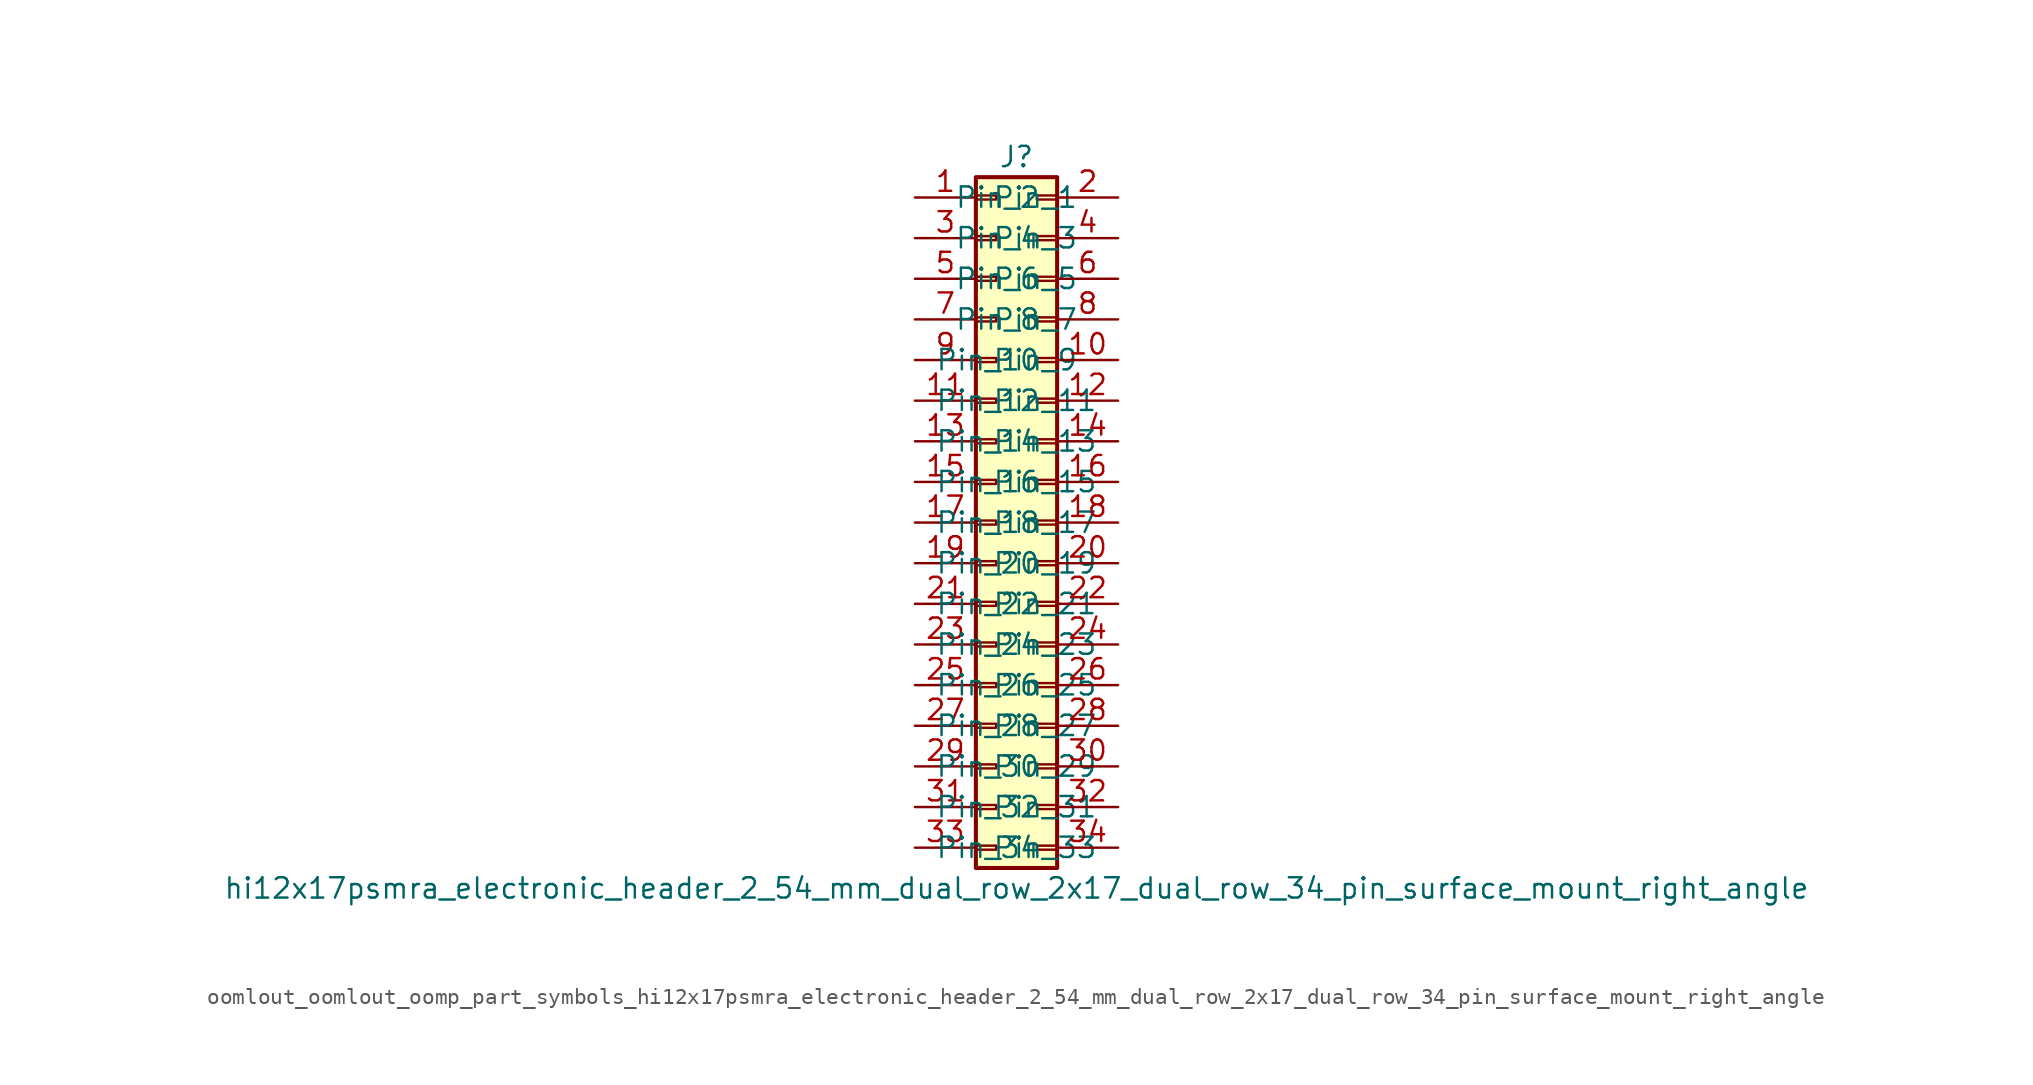
<source format=kicad_sym>
(kicad_symbol_lib
  (version 20220914)
  (generator kicad_symbol_editor)
  (symbol "oomlout_oomlout_oomp_part_symbols_hi12x17psmra_electronic_header_2_54_mm_dual_row_2x17_dual_row_34_pin_surface_mount_right_angle"
    (pin_names
      (offset 1.016))
    (property "Reference" "J"
      (at 1.27 22.86 0)
      (effects (font (size 1.27 1.27))))
    (property "Value" "hi12x17psmra_electronic_header_2_54_mm_dual_row_2x17_dual_row_34_pin_surface_mount_right_angle"
      (at 1.27 -22.86 0)
      (effects (font (size 1.27 1.27))))
    (symbol "oomlout_oomlout_oomp_part_symbols_hi12x17psmra_electronic_header_2_54_mm_dual_row_2x17_dual_row_34_pin_surface_mount_right_angle_1_1"
      (rectangle (start -1.27 -20.193) (end 0 -20.447) (stroke (width 0.152) (type default)) (fill (type none)))
      (rectangle (start -1.27 -17.653) (end 0 -17.907) (stroke (width 0.152) (type default)) (fill (type none)))
      (rectangle (start -1.27 -15.113) (end 0 -15.367) (stroke (width 0.152) (type default)) (fill (type none)))
      (rectangle (start -1.27 -12.573) (end 0 -12.827) (stroke (width 0.152) (type default)) (fill (type none)))
      (rectangle (start -1.27 -10.033) (end 0 -10.287) (stroke (width 0.152) (type default)) (fill (type none)))
      (rectangle (start -1.27 -7.493) (end 0 -7.747) (stroke (width 0.152) (type default)) (fill (type none)))
      (rectangle (start -1.27 -4.953) (end 0 -5.207) (stroke (width 0.152) (type default)) (fill (type none)))
      (rectangle (start -1.27 -2.413) (end 0 -2.667) (stroke (width 0.152) (type default)) (fill (type none)))
      (rectangle (start -1.27 0.127) (end 0 -0.127) (stroke (width 0.152) (type default)) (fill (type none)))
      (rectangle (start -1.27 2.667) (end 0 2.413) (stroke (width 0.152) (type default)) (fill (type none)))
      (rectangle (start -1.27 5.207) (end 0 4.953) (stroke (width 0.152) (type default)) (fill (type none)))
      (rectangle (start -1.27 7.747) (end 0 7.493) (stroke (width 0.152) (type default)) (fill (type none)))
      (rectangle (start -1.27 10.287) (end 0 10.033) (stroke (width 0.152) (type default)) (fill (type none)))
      (rectangle (start -1.27 12.827) (end 0 12.573) (stroke (width 0.152) (type default)) (fill (type none)))
      (rectangle (start -1.27 15.367) (end 0 15.113) (stroke (width 0.152) (type default)) (fill (type none)))
      (rectangle (start -1.27 17.907) (end 0 17.653) (stroke (width 0.152) (type default)) (fill (type none)))
      (rectangle (start -1.27 20.447) (end 0 20.193) (stroke (width 0.152) (type default)) (fill (type none)))
      (rectangle (start -1.27 21.59) (end 3.81 -21.59) (stroke (width 0.254) (type default)) (fill (type background)))
      (rectangle (start 3.81 -20.193) (end 2.54 -20.447) (stroke (width 0.152) (type default)) (fill (type none)))
      (rectangle (start 3.81 -17.653) (end 2.54 -17.907) (stroke (width 0.152) (type default)) (fill (type none)))
      (rectangle (start 3.81 -15.113) (end 2.54 -15.367) (stroke (width 0.152) (type default)) (fill (type none)))
      (rectangle (start 3.81 -12.573) (end 2.54 -12.827) (stroke (width 0.152) (type default)) (fill (type none)))
      (rectangle (start 3.81 -10.033) (end 2.54 -10.287) (stroke (width 0.152) (type default)) (fill (type none)))
      (rectangle (start 3.81 -7.493) (end 2.54 -7.747) (stroke (width 0.152) (type default)) (fill (type none)))
      (rectangle (start 3.81 -4.953) (end 2.54 -5.207) (stroke (width 0.152) (type default)) (fill (type none)))
      (rectangle (start 3.81 -2.413) (end 2.54 -2.667) (stroke (width 0.152) (type default)) (fill (type none)))
      (rectangle (start 3.81 0.127) (end 2.54 -0.127) (stroke (width 0.152) (type default)) (fill (type none)))
      (rectangle (start 3.81 2.667) (end 2.54 2.413) (stroke (width 0.152) (type default)) (fill (type none)))
      (rectangle (start 3.81 5.207) (end 2.54 4.953) (stroke (width 0.152) (type default)) (fill (type none)))
      (rectangle (start 3.81 7.747) (end 2.54 7.493) (stroke (width 0.152) (type default)) (fill (type none)))
      (rectangle (start 3.81 10.287) (end 2.54 10.033) (stroke (width 0.152) (type default)) (fill (type none)))
      (rectangle (start 3.81 12.827) (end 2.54 12.573) (stroke (width 0.152) (type default)) (fill (type none)))
      (rectangle (start 3.81 15.367) (end 2.54 15.113) (stroke (width 0.152) (type default)) (fill (type none)))
      (rectangle (start 3.81 17.907) (end 2.54 17.653) (stroke (width 0.152) (type default)) (fill (type none)))
      (rectangle (start 3.81 20.447) (end 2.54 20.193) (stroke (width 0.152) (type default)) (fill (type none)))
      (pin passive line (at -5.08 20.32 0) (length 3.81) (name "Pin_1" (effects (font (size 1.27 1.27)))) (number "1" (effects (font (size 1.27 1.27)))))
      (pin passive line (at 7.62 10.16 180) (length 3.81) (name "Pin_10" (effects (font (size 1.27 1.27)))) (number "10" (effects (font (size 1.27 1.27)))))
      (pin passive line (at -5.08 7.62 0) (length 3.81) (name "Pin_11" (effects (font (size 1.27 1.27)))) (number "11" (effects (font (size 1.27 1.27)))))
      (pin passive line (at 7.62 7.62 180) (length 3.81) (name "Pin_12" (effects (font (size 1.27 1.27)))) (number "12" (effects (font (size 1.27 1.27)))))
      (pin passive line (at -5.08 5.08 0) (length 3.81) (name "Pin_13" (effects (font (size 1.27 1.27)))) (number "13" (effects (font (size 1.27 1.27)))))
      (pin passive line (at 7.62 5.08 180) (length 3.81) (name "Pin_14" (effects (font (size 1.27 1.27)))) (number "14" (effects (font (size 1.27 1.27)))))
      (pin passive line (at -5.08 2.54 0) (length 3.81) (name "Pin_15" (effects (font (size 1.27 1.27)))) (number "15" (effects (font (size 1.27 1.27)))))
      (pin passive line (at 7.62 2.54 180) (length 3.81) (name "Pin_16" (effects (font (size 1.27 1.27)))) (number "16" (effects (font (size 1.27 1.27)))))
      (pin passive line (at -5.08 0 0) (length 3.81) (name "Pin_17" (effects (font (size 1.27 1.27)))) (number "17" (effects (font (size 1.27 1.27)))))
      (pin passive line (at 7.62 0 180) (length 3.81) (name "Pin_18" (effects (font (size 1.27 1.27)))) (number "18" (effects (font (size 1.27 1.27)))))
      (pin passive line (at -5.08 -2.54 0) (length 3.81) (name "Pin_19" (effects (font (size 1.27 1.27)))) (number "19" (effects (font (size 1.27 1.27)))))
      (pin passive line (at 7.62 20.32 180) (length 3.81) (name "Pin_2" (effects (font (size 1.27 1.27)))) (number "2" (effects (font (size 1.27 1.27)))))
      (pin passive line (at 7.62 -2.54 180) (length 3.81) (name "Pin_20" (effects (font (size 1.27 1.27)))) (number "20" (effects (font (size 1.27 1.27)))))
      (pin passive line (at -5.08 -5.08 0) (length 3.81) (name "Pin_21" (effects (font (size 1.27 1.27)))) (number "21" (effects (font (size 1.27 1.27)))))
      (pin passive line (at 7.62 -5.08 180) (length 3.81) (name "Pin_22" (effects (font (size 1.27 1.27)))) (number "22" (effects (font (size 1.27 1.27)))))
      (pin passive line (at -5.08 -7.62 0) (length 3.81) (name "Pin_23" (effects (font (size 1.27 1.27)))) (number "23" (effects (font (size 1.27 1.27)))))
      (pin passive line (at 7.62 -7.62 180) (length 3.81) (name "Pin_24" (effects (font (size 1.27 1.27)))) (number "24" (effects (font (size 1.27 1.27)))))
      (pin passive line (at -5.08 -10.16 0) (length 3.81) (name "Pin_25" (effects (font (size 1.27 1.27)))) (number "25" (effects (font (size 1.27 1.27)))))
      (pin passive line (at 7.62 -10.16 180) (length 3.81) (name "Pin_26" (effects (font (size 1.27 1.27)))) (number "26" (effects (font (size 1.27 1.27)))))
      (pin passive line (at -5.08 -12.7 0) (length 3.81) (name "Pin_27" (effects (font (size 1.27 1.27)))) (number "27" (effects (font (size 1.27 1.27)))))
      (pin passive line (at 7.62 -12.7 180) (length 3.81) (name "Pin_28" (effects (font (size 1.27 1.27)))) (number "28" (effects (font (size 1.27 1.27)))))
      (pin passive line (at -5.08 -15.24 0) (length 3.81) (name "Pin_29" (effects (font (size 1.27 1.27)))) (number "29" (effects (font (size 1.27 1.27)))))
      (pin passive line (at -5.08 17.78 0) (length 3.81) (name "Pin_3" (effects (font (size 1.27 1.27)))) (number "3" (effects (font (size 1.27 1.27)))))
      (pin passive line (at 7.62 -15.24 180) (length 3.81) (name "Pin_30" (effects (font (size 1.27 1.27)))) (number "30" (effects (font (size 1.27 1.27)))))
      (pin passive line (at -5.08 -17.78 0) (length 3.81) (name "Pin_31" (effects (font (size 1.27 1.27)))) (number "31" (effects (font (size 1.27 1.27)))))
      (pin passive line (at 7.62 -17.78 180) (length 3.81) (name "Pin_32" (effects (font (size 1.27 1.27)))) (number "32" (effects (font (size 1.27 1.27)))))
      (pin passive line (at -5.08 -20.32 0) (length 3.81) (name "Pin_33" (effects (font (size 1.27 1.27)))) (number "33" (effects (font (size 1.27 1.27)))))
      (pin passive line (at 7.62 -20.32 180) (length 3.81) (name "Pin_34" (effects (font (size 1.27 1.27)))) (number "34" (effects (font (size 1.27 1.27)))))
      (pin passive line (at 7.62 17.78 180) (length 3.81) (name "Pin_4" (effects (font (size 1.27 1.27)))) (number "4" (effects (font (size 1.27 1.27)))))
      (pin passive line (at -5.08 15.24 0) (length 3.81) (name "Pin_5" (effects (font (size 1.27 1.27)))) (number "5" (effects (font (size 1.27 1.27)))))
      (pin passive line (at 7.62 15.24 180) (length 3.81) (name "Pin_6" (effects (font (size 1.27 1.27)))) (number "6" (effects (font (size 1.27 1.27)))))
      (pin passive line (at -5.08 12.7 0) (length 3.81) (name "Pin_7" (effects (font (size 1.27 1.27)))) (number "7" (effects (font (size 1.27 1.27)))))
      (pin passive line (at 7.62 12.7 180) (length 3.81) (name "Pin_8" (effects (font (size 1.27 1.27)))) (number "8" (effects (font (size 1.27 1.27)))))
      (pin passive line (at -5.08 10.16 0) (length 3.81) (name "Pin_9" (effects (font (size 1.27 1.27)))) (number "9" (effects (font (size 1.27 1.27))))))))
</source>
